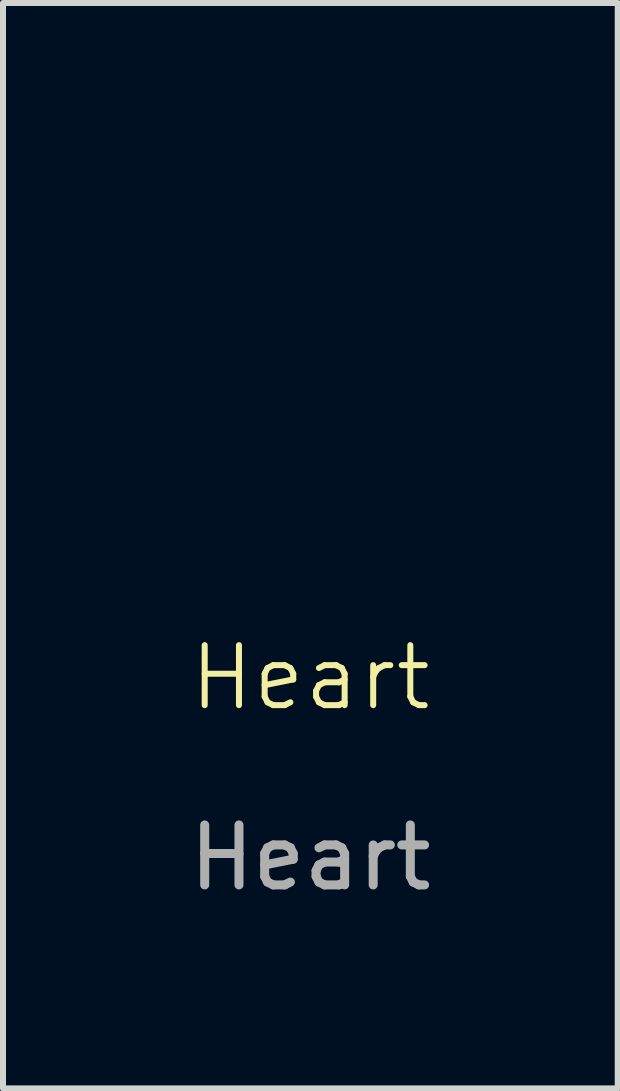
<source format=kicad_pcb>
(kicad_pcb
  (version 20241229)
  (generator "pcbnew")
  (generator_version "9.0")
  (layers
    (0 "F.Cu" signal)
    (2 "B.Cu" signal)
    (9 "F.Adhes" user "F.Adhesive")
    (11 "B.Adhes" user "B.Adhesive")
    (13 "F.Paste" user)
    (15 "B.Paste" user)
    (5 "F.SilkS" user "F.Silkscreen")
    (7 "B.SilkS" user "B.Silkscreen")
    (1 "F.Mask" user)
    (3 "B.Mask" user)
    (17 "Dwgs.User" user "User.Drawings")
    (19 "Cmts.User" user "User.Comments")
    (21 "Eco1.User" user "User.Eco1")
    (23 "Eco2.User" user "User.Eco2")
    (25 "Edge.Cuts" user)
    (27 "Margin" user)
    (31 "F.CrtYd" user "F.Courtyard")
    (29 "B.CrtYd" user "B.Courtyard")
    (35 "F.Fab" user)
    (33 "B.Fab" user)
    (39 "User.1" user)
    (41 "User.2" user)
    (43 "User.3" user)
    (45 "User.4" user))
  (footprint "Heart"
    (layer "F.Cu")
    (at 2.125 0.25)
    (property "Reference" "Heart" (at 0 8 0) (unlocked yes) (layer "F.SilkS") (effects (font (size 1 1) (thickness 0.1))))
    (attr board_only exclude_from_pos_files exclude_from_bom allow_missing_courtyard)
    (fp_poly (pts (xy 1.447 0.003) (xy 1.472 0.005) (xy 1.496 0.008) (xy 1.52 0.012) (xy 1.543 0.018) (xy 1.566 0.024) (xy 1.588 0.032) (xy 1.61 0.04) (xy 1.632 0.05) (xy 1.652 0.061) (xy 1.673 0.072) (xy 1.692 0.085) (xy 1.711 0.098) (xy 1.729 0.113) (xy 1.747 0.128) (xy 1.764 0.144) (xy 1.78 0.16) (xy 1.795 0.178) (xy 1.809 0.196) (xy 1.823 0.215) (xy 1.835 0.235) (xy 1.847 0.255) (xy 1.857 0.276) (xy 1.867 0.297) (xy 1.876 0.319) (xy 1.883 0.341) (xy 1.89 0.364) (xy 1.895 0.388) (xy 1.899 0.411) (xy 1.903 0.435) (xy 1.904 0.46) (xy 1.905 0.485) (xy 1.905 0.507) (xy 1.904 0.533) (xy 1.903 0.557) (xy 1.899 0.582) (xy 1.895 0.606) (xy 1.89 0.631) (xy 1.883 0.654) (xy 1.875 0.678) (xy 1.867 0.701) (xy 1.857 0.723) (xy 1.845 0.745) (xy 1.833 0.767) (xy 1.82 0.788) (xy 1.806 0.808) (xy 1.791 0.828) (xy 1.774 0.847) (xy 1.757 0.865) (xy 0.953 1.669) (xy 0.148 0.865) (xy 0.131 0.847) (xy 0.114 0.828) (xy 0.099 0.808) (xy 0.085 0.788) (xy 0.072 0.767) (xy 0.06 0.745) (xy 0.048 0.723) (xy 0.038 0.701) (xy 0.03 0.678) (xy 0.022 0.654) (xy 0.015 0.631) (xy 0.01 0.606) (xy 0.006 0.582) (xy 0.002 0.557) (xy 0.001 0.533) (xy 0 0.507) (xy 0 0.485) (xy 0.001 0.46) (xy 0.002 0.435) (xy 0.006 0.411) (xy 0.01 0.388) (xy 0.015 0.364) (xy 0.022 0.341) (xy 0.029 0.319) (xy 0.038 0.297) (xy 0.048 0.276) (xy 0.058 0.255) (xy 0.07 0.235) (xy 0.082 0.215) (xy 0.096 0.196) (xy 0.11 0.178) (xy 0.125 0.16) (xy 0.141 0.144) (xy 0.158 0.128) (xy 0.176 0.113) (xy 0.194 0.098) (xy 0.213 0.085) (xy 0.232 0.072) (xy 0.253 0.061) (xy 0.273 0.05) (xy 0.295 0.04) (xy 0.317 0.032) (xy 0.339 0.024) (xy 0.362 0.018) (xy 0.385 0.012) (xy 0.409 0.008) (xy 0.433 0.005) (xy 0.458 0.003) (xy 0.482 0.002) (xy 0.51 0.003) (xy 0.537 0.005) (xy 0.564 0.009) (xy 0.59 0.015) (xy 0.616 0.021) (xy 0.642 0.029) (xy 0.667 0.039) (xy 0.691 0.05) (xy 0.715 0.062) (xy 0.738 0.076) (xy 0.761 0.091) (xy 0.782 0.107) (xy 0.803 0.124) (xy 0.823 0.143) (xy 0.842 0.163) (xy 0.859 0.183) (xy 0.953 0.3) (xy 1.046 0.183) (xy 1.063 0.163) (xy 1.082 0.143) (xy 1.102 0.124) (xy 1.123 0.107) (xy 1.144 0.091) (xy 1.167 0.076) (xy 1.19 0.062) (xy 1.214 0.05) (xy 1.238 0.039) (xy 1.263 0.029) (xy 1.289 0.021) (xy 1.315 0.015) (xy 1.341 0.009) (xy 1.368 0.005) (xy 1.395 0.003) (xy 1.423 0.002)) (stroke (width -0.000001) (type solid)) (fill yes) (layer "F.Mask"))
    (fp_text user "${REFERENCE}" (at 0 11 0) (unlocked yes) (layer "F.Fab") (effects (font (size 1 1) (thickness 0.15)))))
  (gr_rect
    (start -3 -3)
    (end 7.25 15.098)
    (stroke (width 0.1) (type default))
    (fill no)
    (layer "Edge.Cuts")))
</source>
